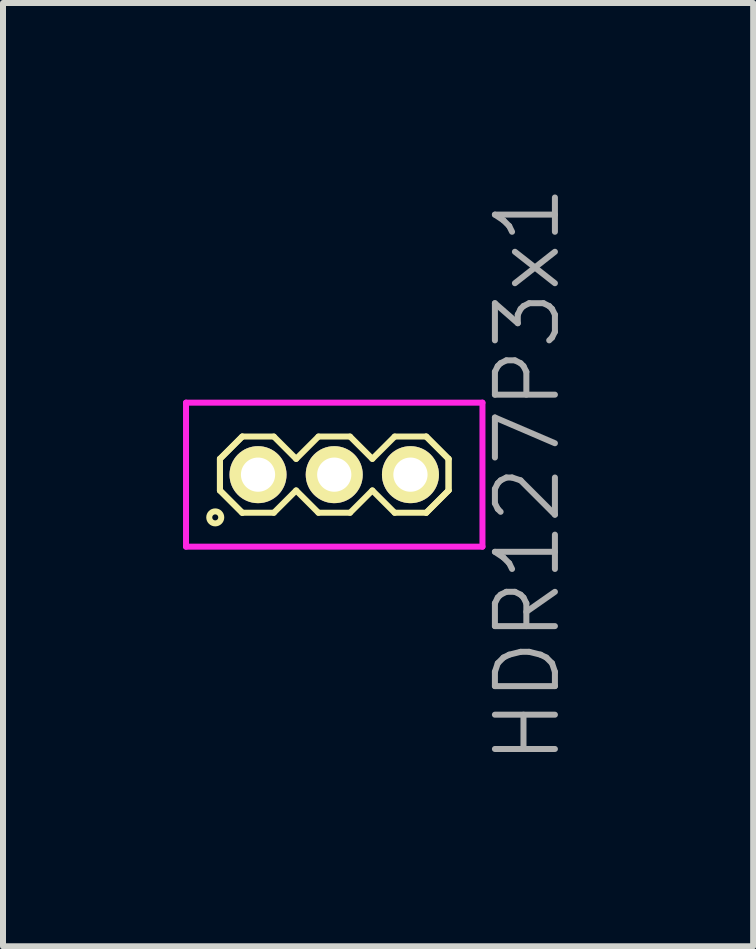
<source format=kicad_pcb>
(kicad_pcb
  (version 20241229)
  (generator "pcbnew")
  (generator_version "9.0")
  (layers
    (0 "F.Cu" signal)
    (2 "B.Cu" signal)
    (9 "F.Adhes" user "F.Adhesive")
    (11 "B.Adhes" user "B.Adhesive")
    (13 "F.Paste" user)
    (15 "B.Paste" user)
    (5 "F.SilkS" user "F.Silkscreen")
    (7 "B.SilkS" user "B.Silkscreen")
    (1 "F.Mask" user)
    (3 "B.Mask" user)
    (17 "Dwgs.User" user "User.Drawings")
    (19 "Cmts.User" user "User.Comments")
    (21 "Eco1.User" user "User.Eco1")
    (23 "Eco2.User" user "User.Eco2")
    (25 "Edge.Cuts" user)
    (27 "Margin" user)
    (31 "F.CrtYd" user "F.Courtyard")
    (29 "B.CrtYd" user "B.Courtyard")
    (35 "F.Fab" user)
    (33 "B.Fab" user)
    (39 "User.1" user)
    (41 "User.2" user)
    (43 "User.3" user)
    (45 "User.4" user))
  (footprint "HDR127P3x1"
    (layer "F.Cu")
    (at 2.52 4.86)
    (property "Reference" "HDR127P3x1" (at 3.22 0 90) (layer "F.Fab") (effects (font (size 1 1) (thickness 0.1))))
    (attr through_hole)
    (fp_line (start -1.905 -0.263) (end -1.533 -0.635) (stroke (width 0.1) (type solid)) (layer "F.SilkS"))
    (fp_line (start -1.905 -0.263) (end -1.533 -0.635) (stroke (width 0.1) (type solid)) (layer "F.SilkS"))
    (fp_line (start -1.905 0.263) (end -1.905 -0.263) (stroke (width 0.1) (type solid)) (layer "F.SilkS"))
    (fp_line (start -1.905 0.263) (end -1.905 -0.263) (stroke (width 0.1) (type solid)) (layer "F.SilkS"))
    (fp_line (start -1.533 -0.635) (end -1.007 -0.635) (stroke (width 0.1) (type solid)) (layer "F.SilkS"))
    (fp_line (start -1.533 0.635) (end -1.905 0.263) (stroke (width 0.1) (type solid)) (layer "F.SilkS"))
    (fp_line (start -1.533 0.635) (end -1.905 0.263) (stroke (width 0.1) (type solid)) (layer "F.SilkS"))
    (fp_line (start -1.007 -0.635) (end -0.635 -0.263) (stroke (width 0.1) (type solid)) (layer "F.SilkS"))
    (fp_line (start -1.007 0.635) (end -1.533 0.635) (stroke (width 0.1) (type solid)) (layer "F.SilkS"))
    (fp_line (start -0.635 -0.263) (end -0.263 -0.635) (stroke (width 0.1) (type solid)) (layer "F.SilkS"))
    (fp_line (start -0.635 0.263) (end -1.007 0.635) (stroke (width 0.1) (type solid)) (layer "F.SilkS"))
    (fp_line (start -0.263 -0.635) (end 0.263 -0.635) (stroke (width 0.1) (type solid)) (layer "F.SilkS"))
    (fp_line (start -0.263 0.635) (end -0.635 0.263) (stroke (width 0.1) (type solid)) (layer "F.SilkS"))
    (fp_line (start 0.263 -0.635) (end 0.635 -0.263) (stroke (width 0.1) (type solid)) (layer "F.SilkS"))
    (fp_line (start 0.263 0.635) (end -0.263 0.635) (stroke (width 0.1) (type solid)) (layer "F.SilkS"))
    (fp_line (start 0.635 -0.263) (end 1.007 -0.635) (stroke (width 0.1) (type solid)) (layer "F.SilkS"))
    (fp_line (start 0.635 0.263) (end 0.263 0.635) (stroke (width 0.1) (type solid)) (layer "F.SilkS"))
    (fp_line (start 1.007 -0.635) (end 1.533 -0.635) (stroke (width 0.1) (type solid)) (layer "F.SilkS"))
    (fp_line (start 1.007 0.635) (end 0.635 0.263) (stroke (width 0.1) (type solid)) (layer "F.SilkS"))
    (fp_line (start 1.533 -0.635) (end 1.905 -0.263) (stroke (width 0.1) (type solid)) (layer "F.SilkS"))
    (fp_line (start 1.533 -0.635) (end 1.905 -0.263) (stroke (width 0.1) (type solid)) (layer "F.SilkS"))
    (fp_line (start 1.533 0.635) (end 1.007 0.635) (stroke (width 0.1) (type solid)) (layer "F.SilkS"))
    (fp_line (start 1.905 -0.263) (end 1.905 0.263) (stroke (width 0.1) (type solid)) (layer "F.SilkS"))
    (fp_line (start 1.905 -0.263) (end 1.905 0.263) (stroke (width 0.1) (type solid)) (layer "F.SilkS"))
    (fp_line (start 1.905 0.263) (end 1.533 0.635) (stroke (width 0.1) (type solid)) (layer "F.SilkS"))
    (fp_line (start 1.905 0.263) (end 1.533 0.635) (stroke (width 0.1) (type solid)) (layer "F.SilkS"))
    (fp_circle (center -1.983 0.712) (end -1.883 0.712) (stroke (width 0.1) (type solid)) (fill no) (layer "F.SilkS"))
    (fp_line (start -2.47 -1.2) (end -2.47 1.2) (stroke (width 0.1) (type solid)) (layer "F.CrtYd"))
    (fp_line (start -2.47 1.2) (end 2.47 1.2) (stroke (width 0.1) (type solid)) (layer "F.CrtYd"))
    (fp_line (start 2.47 -1.2) (end -2.47 -1.2) (stroke (width 0.1) (type solid)) (layer "F.CrtYd"))
    (fp_line (start 2.47 1.2) (end 2.47 -1.2) (stroke (width 0.1) (type solid)) (layer "F.CrtYd"))
    (pad "1" thru_hole oval (at -1.27 0) (size 0.95 0.95) (drill 0.57) (layers "*.Cu" "*.Mask" "F.SilkS"))
    (pad "2" thru_hole oval (at 0 0) (size 0.95 0.95) (drill 0.57) (layers "*.Cu" "*.Mask" "F.SilkS"))
    (pad "3" thru_hole oval (at 1.27 0) (size 0.95 0.95) (drill 0.57) (layers "*.Cu" "*.Mask" "F.SilkS")))
  (gr_rect
    (start -3 -3)
    (end 9.501 12.719)
    (stroke (width 0.1) (type default))
    (fill no)
    (layer "Edge.Cuts")))
</source>
